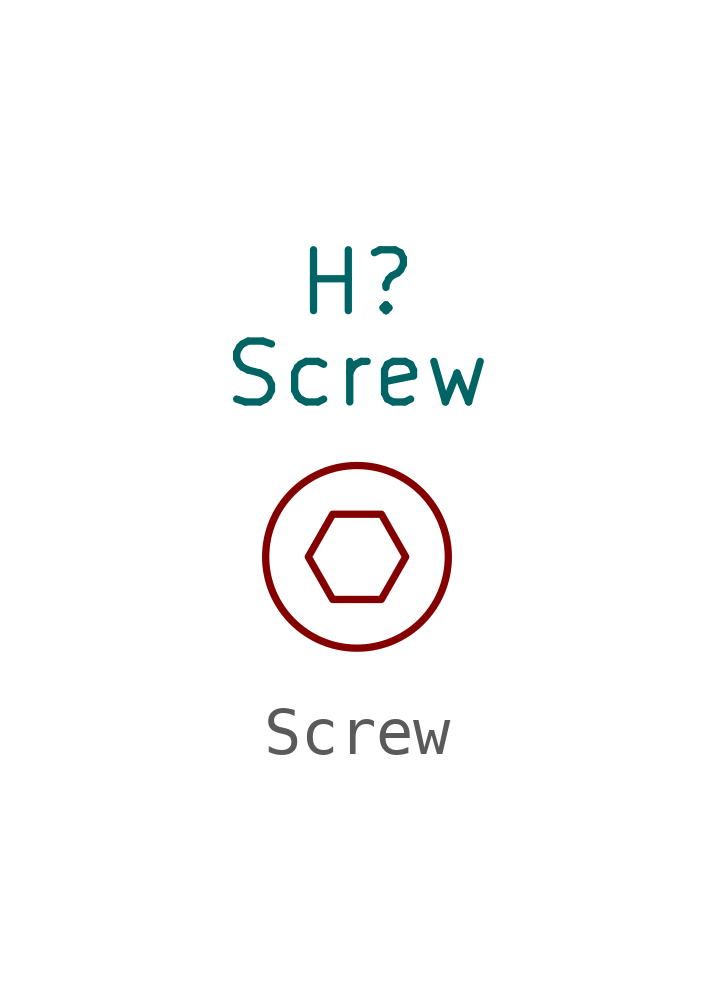
<source format=kicad_sym>
(kicad_symbol_lib
  (version 20211014)
  (generator kicad_symbol_editor)
  (symbol "Screw"
    (property "Reference" "H"
      (at 0 5.715 0)
      (effects (font (size 1.27 1.27))))
    (property "Value" "Screw"
      (at 0 3.81 0)
      (effects (font (size 1.27 1.27))))
    (symbol "Screw_0_1"
      (polyline (pts (xy -1.016 0) (xy -0.508 0.889) (xy 0.508 0.889) (xy 1.016 0) (xy 0.508 -0.889) (xy -0.508 -0.889) (xy -1.016 0)) (stroke (width 0.152) (type default) (color 0 0 0 0)) (fill (type none)))
      (circle (center 0 0) (radius 1.905) (stroke (width 0.152) (type default) (color 0 0 0 0)) (fill (type none))))))
</source>
